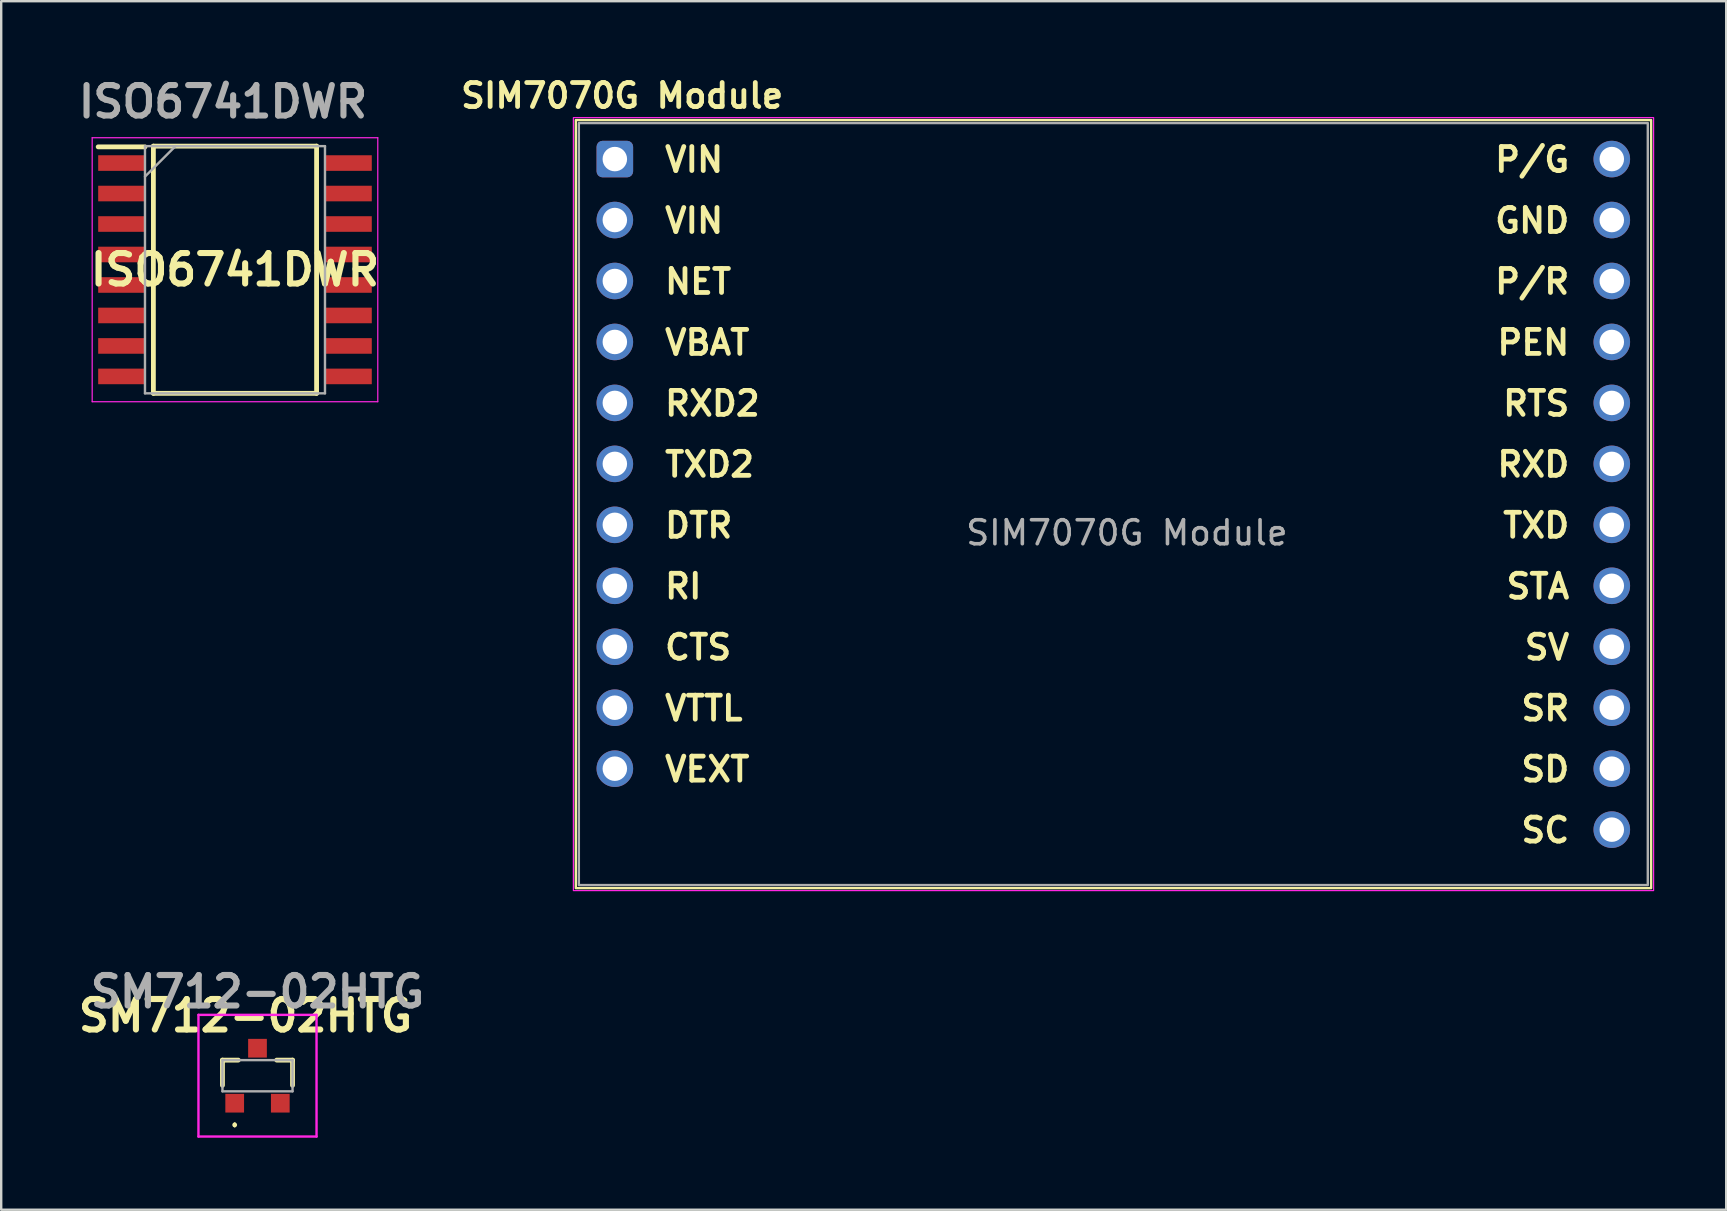
<source format=kicad_pcb>
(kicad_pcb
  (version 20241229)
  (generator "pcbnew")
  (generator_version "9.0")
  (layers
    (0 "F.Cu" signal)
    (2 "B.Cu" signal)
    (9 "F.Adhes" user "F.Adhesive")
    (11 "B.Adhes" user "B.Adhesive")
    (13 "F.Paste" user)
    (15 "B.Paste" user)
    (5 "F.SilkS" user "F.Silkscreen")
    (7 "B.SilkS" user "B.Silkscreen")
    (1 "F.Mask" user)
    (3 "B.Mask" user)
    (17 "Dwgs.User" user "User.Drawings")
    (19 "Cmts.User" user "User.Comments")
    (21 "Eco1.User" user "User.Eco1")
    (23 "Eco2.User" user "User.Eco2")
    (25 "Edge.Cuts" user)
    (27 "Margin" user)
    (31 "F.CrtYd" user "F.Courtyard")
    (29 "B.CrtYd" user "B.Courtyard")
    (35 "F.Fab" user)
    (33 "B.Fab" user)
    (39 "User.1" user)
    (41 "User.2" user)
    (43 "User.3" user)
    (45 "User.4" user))
  (footprint "SIM7070G Module"
    (layer "F.Cu")
    (at 22.568 3.578)
    (property "Reference" "SIM7070G Module" (at 0.305 -2.642 0) (unlocked yes) (layer "F.SilkS") (effects (font (size 1 1) (thickness 0.2) (bold yes))))
    (attr through_hole)
    (fp_rect (start -1.626 -1.626) (end 43.18 30.378) (stroke (width 0.1) (type default)) (fill no) (layer "F.SilkS"))
    (fp_rect (start -1.727 -1.727) (end 43.282 30.48) (stroke (width 0.05) (type default)) (fill no) (layer "F.CrtYd"))
    (fp_rect (start -1.5 -1.5) (end 43.04 30.25) (stroke (width 0.1) (type default)) (fill no) (layer "F.Fab"))
    (fp_text user "P/G" (at 39.878 0.61 0) (unlocked yes) (layer "F.SilkS") (effects (font (size 1 1) (thickness 0.2) (bold yes)) (justify right bottom)))
    (fp_text user "VIN" (at 1.981 3.15 0) (unlocked yes) (layer "F.SilkS") (effects (font (size 1 1) (thickness 0.2) (bold yes)) (justify left bottom)))
    (fp_text user "VIN" (at 1.981 0.61 0) (unlocked yes) (layer "F.SilkS") (effects (font (size 1 1) (thickness 0.2) (bold yes)) (justify left bottom)))
    (fp_text user "SD" (at 39.878 26.01 0) (unlocked yes) (layer "F.SilkS") (effects (font (size 1 1) (thickness 0.2) (bold yes)) (justify right bottom)))
    (fp_text user "GND" (at 39.878 3.15 0) (unlocked yes) (layer "F.SilkS") (effects (font (size 1 1) (thickness 0.2) (bold yes)) (justify right bottom)))
    (fp_text user "DTR" (at 1.981 15.85 0) (unlocked yes) (layer "F.SilkS") (effects (font (size 1 1) (thickness 0.2) (bold yes)) (justify left bottom)))
    (fp_text user "PEN" (at 39.878 8.23 0) (unlocked yes) (layer "F.SilkS") (effects (font (size 1 1) (thickness 0.2) (bold yes)) (justify right bottom)))
    (fp_text user "SR" (at 39.878 23.47 0) (unlocked yes) (layer "F.SilkS") (effects (font (size 1 1) (thickness 0.2) (bold yes)) (justify right bottom)))
    (fp_text user "RTS" (at 39.878 10.77 0) (unlocked yes) (layer "F.SilkS") (effects (font (size 1 1) (thickness 0.2) (bold yes)) (justify right bottom)))
    (fp_text user "RI" (at 1.981 18.39 0) (unlocked yes) (layer "F.SilkS") (effects (font (size 1 1) (thickness 0.2) (bold yes)) (justify left bottom)))
    (fp_text user "NET" (at 1.981 5.69 0) (unlocked yes) (layer "F.SilkS") (effects (font (size 1 1) (thickness 0.2) (bold yes)) (justify left bottom)))
    (fp_text user "RXD" (at 39.878 13.31 0) (unlocked yes) (layer "F.SilkS") (effects (font (size 1 1) (thickness 0.2) (bold yes)) (justify right bottom)))
    (fp_text user "VTTL" (at 1.981 23.47 0) (unlocked yes) (layer "F.SilkS") (effects (font (size 1 1) (thickness 0.2) (bold yes)) (justify left bottom)))
    (fp_text user "RXD2" (at 1.981 10.77 0) (unlocked yes) (layer "F.SilkS") (effects (font (size 1 1) (thickness 0.2) (bold yes)) (justify left bottom)))
    (fp_text user "STA" (at 39.878 18.39 0) (unlocked yes) (layer "F.SilkS") (effects (font (size 1 1) (thickness 0.2) (bold yes)) (justify right bottom)))
    (fp_text user "SC" (at 39.878 28.55 0) (unlocked yes) (layer "F.SilkS") (effects (font (size 1 1) (thickness 0.2) (bold yes)) (justify right bottom)))
    (fp_text user "TXD2" (at 1.981 13.31 0) (unlocked yes) (layer "F.SilkS") (effects (font (size 1 1) (thickness 0.2) (bold yes)) (justify left bottom)))
    (fp_text user "SV" (at 39.878 20.93 0) (unlocked yes) (layer "F.SilkS") (effects (font (size 1 1) (thickness 0.2) (bold yes)) (justify right bottom)))
    (fp_text user "P/R" (at 39.878 5.69 0) (unlocked yes) (layer "F.SilkS") (effects (font (size 1 1) (thickness 0.2) (bold yes)) (justify right bottom)))
    (fp_text user "CTS" (at 1.981 20.93 0) (unlocked yes) (layer "F.SilkS") (effects (font (size 1 1) (thickness 0.2) (bold yes)) (justify left bottom)))
    (fp_text user "VBAT" (at 1.981 8.23 0) (unlocked yes) (layer "F.SilkS") (effects (font (size 1 1) (thickness 0.2) (bold yes)) (justify left bottom)))
    (fp_text user "TXD" (at 39.878 15.85 0) (unlocked yes) (layer "F.SilkS") (effects (font (size 1 1) (thickness 0.2) (bold yes)) (justify right bottom)))
    (fp_text user "VEXT" (at 1.981 26.01 0) (unlocked yes) (layer "F.SilkS") (effects (font (size 1 1) (thickness 0.2) (bold yes)) (justify left bottom)))
    (fp_text user "${REFERENCE}" (at 21.336 15.572 0) (unlocked yes) (layer "F.Fab") (effects (font (size 1 1) (thickness 0.15))))
    (pad "1" thru_hole roundrect (at 0 0) (size 1.524 1.524) (drill 1.02) (layers "*.Cu" "*.Mask") (roundrect_rratio 0.164))
    (pad "2" thru_hole circle (at 0 2.54) (size 1.524 1.524) (drill 1.02) (layers "*.Cu" "*.Mask"))
    (pad "3" thru_hole circle (at 0 5.08) (size 1.524 1.524) (drill 1.02) (layers "*.Cu" "*.Mask"))
    (pad "4" thru_hole circle (at 0 7.62) (size 1.524 1.524) (drill 1.02) (layers "*.Cu" "*.Mask"))
    (pad "5" thru_hole circle (at 0 10.16) (size 1.524 1.524) (drill 1.02) (layers "*.Cu" "*.Mask"))
    (pad "6" thru_hole circle (at 0 12.7) (size 1.524 1.524) (drill 1.02) (layers "*.Cu" "*.Mask"))
    (pad "7" thru_hole circle (at 0 15.24) (size 1.524 1.524) (drill 1.02) (layers "*.Cu" "*.Mask"))
    (pad "8" thru_hole circle (at 0 17.78) (size 1.524 1.524) (drill 1.02) (layers "*.Cu" "*.Mask"))
    (pad "9" thru_hole circle (at 0 20.32) (size 1.524 1.524) (drill 1.02) (layers "*.Cu" "*.Mask"))
    (pad "10" thru_hole circle (at 0 22.86) (size 1.524 1.524) (drill 1.02) (layers "*.Cu" "*.Mask"))
    (pad "11" thru_hole circle (at 0 25.4) (size 1.524 1.524) (drill 1.02) (layers "*.Cu" "*.Mask"))
    (pad "12" thru_hole circle (at 41.54 0) (size 1.524 1.524) (drill 1.02) (layers "*.Cu" "*.Mask"))
    (pad "13" thru_hole circle (at 41.54 2.54) (size 1.524 1.524) (drill 1.02) (layers "*.Cu" "*.Mask"))
    (pad "14" thru_hole circle (at 41.54 5.08) (size 1.524 1.524) (drill 1.02) (layers "*.Cu" "*.Mask"))
    (pad "15" thru_hole circle (at 41.54 7.62) (size 1.524 1.524) (drill 1.02) (layers "*.Cu" "*.Mask"))
    (pad "16" thru_hole circle (at 41.54 10.16) (size 1.524 1.524) (drill 1.02) (layers "*.Cu" "*.Mask"))
    (pad "17" thru_hole circle (at 41.54 12.7) (size 1.524 1.524) (drill 1.02) (layers "*.Cu" "*.Mask"))
    (pad "18" thru_hole circle (at 41.54 15.24) (size 1.524 1.524) (drill 1.02) (layers "*.Cu" "*.Mask"))
    (pad "19" thru_hole circle (at 41.54 17.78) (size 1.524 1.524) (drill 1.02) (layers "*.Cu" "*.Mask"))
    (pad "20" thru_hole circle (at 41.54 20.32) (size 1.524 1.524) (drill 1.02) (layers "*.Cu" "*.Mask"))
    (pad "21" thru_hole circle (at 41.54 22.86) (size 1.524 1.524) (drill 1.02) (layers "*.Cu" "*.Mask"))
    (pad "22" thru_hole circle (at 41.54 25.4) (size 1.524 1.524) (drill 1.02) (layers "*.Cu" "*.Mask"))
    (pad "23" thru_hole circle (at 41.54 27.94) (size 1.524 1.524) (drill 1.02) (layers "*.Cu" "*.Mask")))
  (footprint "ISO6741DWR"
    (layer "F.Cu")
    (at 6.741 8.189)
    (property "Reference" "ISO6741DWR" (at 0 0 0) (layer "F.SilkS") (effects (font (size 1.27 1.27) (thickness 0.254))))
    (attr smd)
    (fp_line (start -5.7 -5.12) (end -3.75 -5.12) (stroke (width 0.2) (type solid)) (layer "F.SilkS"))
    (fp_line (start -3.4 -5.15) (end 3.4 -5.15) (stroke (width 0.2) (type solid)) (layer "F.SilkS"))
    (fp_line (start -3.4 5.15) (end -3.4 -5.15) (stroke (width 0.2) (type solid)) (layer "F.SilkS"))
    (fp_line (start 3.4 -5.15) (end 3.4 5.15) (stroke (width 0.2) (type solid)) (layer "F.SilkS"))
    (fp_line (start 3.4 5.15) (end -3.4 5.15) (stroke (width 0.2) (type solid)) (layer "F.SilkS"))
    (fp_line (start -5.95 -5.5) (end 5.95 -5.5) (stroke (width 0.05) (type solid)) (layer "F.CrtYd"))
    (fp_line (start -5.95 5.5) (end -5.95 -5.5) (stroke (width 0.05) (type solid)) (layer "F.CrtYd"))
    (fp_line (start 5.95 -5.5) (end 5.95 5.5) (stroke (width 0.05) (type solid)) (layer "F.CrtYd"))
    (fp_line (start 5.95 5.5) (end -5.95 5.5) (stroke (width 0.05) (type solid)) (layer "F.CrtYd"))
    (fp_line (start -3.75 -5.15) (end 3.75 -5.15) (stroke (width 0.1) (type solid)) (layer "F.Fab"))
    (fp_line (start -3.75 -3.88) (end -2.48 -5.15) (stroke (width 0.1) (type solid)) (layer "F.Fab"))
    (fp_line (start -3.75 5.15) (end -3.75 -5.15) (stroke (width 0.1) (type solid)) (layer "F.Fab"))
    (fp_line (start 3.75 -5.15) (end 3.75 5.15) (stroke (width 0.1) (type solid)) (layer "F.Fab"))
    (fp_line (start 3.75 5.15) (end -3.75 5.15) (stroke (width 0.1) (type solid)) (layer "F.Fab"))
    (fp_text user "${REFERENCE}" (at -0.5 -7 0) (layer "F.Fab") (effects (font (size 1.27 1.27) (thickness 0.254))))
    (pad "1" smd rect (at -4.725 -4.445 90) (size 0.65 1.95) (layers "F.Cu" "F.Mask" "F.Paste"))
    (pad "2" smd rect (at -4.725 -3.175 90) (size 0.65 1.95) (layers "F.Cu" "F.Mask" "F.Paste"))
    (pad "3" smd rect (at -4.725 -1.905 90) (size 0.65 1.95) (layers "F.Cu" "F.Mask" "F.Paste"))
    (pad "4" smd rect (at -4.725 -0.635 90) (size 0.65 1.95) (layers "F.Cu" "F.Mask" "F.Paste"))
    (pad "5" smd rect (at -4.725 0.635 90) (size 0.65 1.95) (layers "F.Cu" "F.Mask" "F.Paste"))
    (pad "6" smd rect (at -4.725 1.905 90) (size 0.65 1.95) (layers "F.Cu" "F.Mask" "F.Paste"))
    (pad "7" smd rect (at -4.725 3.175 90) (size 0.65 1.95) (layers "F.Cu" "F.Mask" "F.Paste"))
    (pad "8" smd rect (at -4.725 4.445 90) (size 0.65 1.95) (layers "F.Cu" "F.Mask" "F.Paste"))
    (pad "9" smd rect (at 4.725 4.445 90) (size 0.65 1.95) (layers "F.Cu" "F.Mask" "F.Paste"))
    (pad "10" smd rect (at 4.725 3.175 90) (size 0.65 1.95) (layers "F.Cu" "F.Mask" "F.Paste"))
    (pad "11" smd rect (at 4.725 1.905 90) (size 0.65 1.95) (layers "F.Cu" "F.Mask" "F.Paste"))
    (pad "12" smd rect (at 4.725 0.635 90) (size 0.65 1.95) (layers "F.Cu" "F.Mask" "F.Paste"))
    (pad "13" smd rect (at 4.725 -0.635 90) (size 0.65 1.95) (layers "F.Cu" "F.Mask" "F.Paste"))
    (pad "14" smd rect (at 4.725 -1.905 90) (size 0.65 1.95) (layers "F.Cu" "F.Mask" "F.Paste"))
    (pad "15" smd rect (at 4.725 -3.175 90) (size 0.65 1.95) (layers "F.Cu" "F.Mask" "F.Paste"))
    (pad "16" smd rect (at 4.725 -4.445 90) (size 0.65 1.95) (layers "F.Cu" "F.Mask" "F.Paste")))
  (footprint "SM712-02HTG"
    (layer "F.Cu")
    (at 7.679 41.771)
    (property "Reference" "SM712-02HTG" (at -0.5 -2.5 0) (layer "F.SilkS") (effects (font (size 1.27 1.27) (thickness 0.254))))
    (attr smd)
    (fp_line (start -1.46 -0.65) (end -1.46 0.4) (stroke (width 0.2) (type solid)) (layer "F.SilkS"))
    (fp_line (start -0.95 2) (end -0.95 2) (stroke (width 0.1) (type solid)) (layer "F.SilkS"))
    (fp_line (start -0.95 2.1) (end -0.95 2.1) (stroke (width 0.1) (type solid)) (layer "F.SilkS"))
    (fp_line (start -0.8 -0.65) (end -1.46 -0.65) (stroke (width 0.2) (type solid)) (layer "F.SilkS"))
    (fp_line (start 0.8 -0.65) (end 1.46 -0.65) (stroke (width 0.2) (type solid)) (layer "F.SilkS"))
    (fp_line (start 1.46 -0.65) (end 1.46 0.4) (stroke (width 0.2) (type solid)) (layer "F.SilkS"))
    (fp_arc (start -0.95 2) (mid -0.9 2.05) (end -0.95 2.1) (stroke (width 0.1) (type solid)) (layer "F.SilkS"))
    (fp_arc (start -0.95 2.1) (mid -1 2.05) (end -0.95 2) (stroke (width 0.1) (type solid)) (layer "F.SilkS"))
    (fp_line (start -2.46 -2.535) (end 2.46 -2.535) (stroke (width 0.1) (type solid)) (layer "F.CrtYd"))
    (fp_line (start -2.46 2.535) (end -2.46 -2.535) (stroke (width 0.1) (type solid)) (layer "F.CrtYd"))
    (fp_line (start 2.46 -2.535) (end 2.46 2.535) (stroke (width 0.1) (type solid)) (layer "F.CrtYd"))
    (fp_line (start 2.46 2.535) (end -2.46 2.535) (stroke (width 0.1) (type solid)) (layer "F.CrtYd"))
    (fp_line (start -1.46 -0.65) (end 1.46 -0.65) (stroke (width 0.1) (type solid)) (layer "F.Fab"))
    (fp_line (start -1.46 0.65) (end -1.46 -0.65) (stroke (width 0.1) (type solid)) (layer "F.Fab"))
    (fp_line (start 1.46 -0.65) (end 1.46 0.65) (stroke (width 0.1) (type solid)) (layer "F.Fab"))
    (fp_line (start 1.46 0.65) (end -1.46 0.65) (stroke (width 0.1) (type solid)) (layer "F.Fab"))
    (fp_text user "${REFERENCE}" (at 0 -3.5 0) (layer "F.Fab") (effects (font (size 1.27 1.27) (thickness 0.254))))
    (pad "1" smd rect (at -0.95 1.145 90) (size 0.78 0.78) (layers "F.Cu" "F.Mask" "F.Paste"))
    (pad "2" smd rect (at 0.95 1.145 90) (size 0.78 0.78) (layers "F.Cu" "F.Mask" "F.Paste"))
    (pad "3" smd rect (at 0 -1.145 90) (size 0.78 0.78) (layers "F.Cu" "F.Mask" "F.Paste")))
  (gr_rect
    (start -3 -3)
    (end 68.875 47.356)
    (stroke (width 0.1) (type default))
    (fill no)
    (layer "Edge.Cuts")))
</source>
